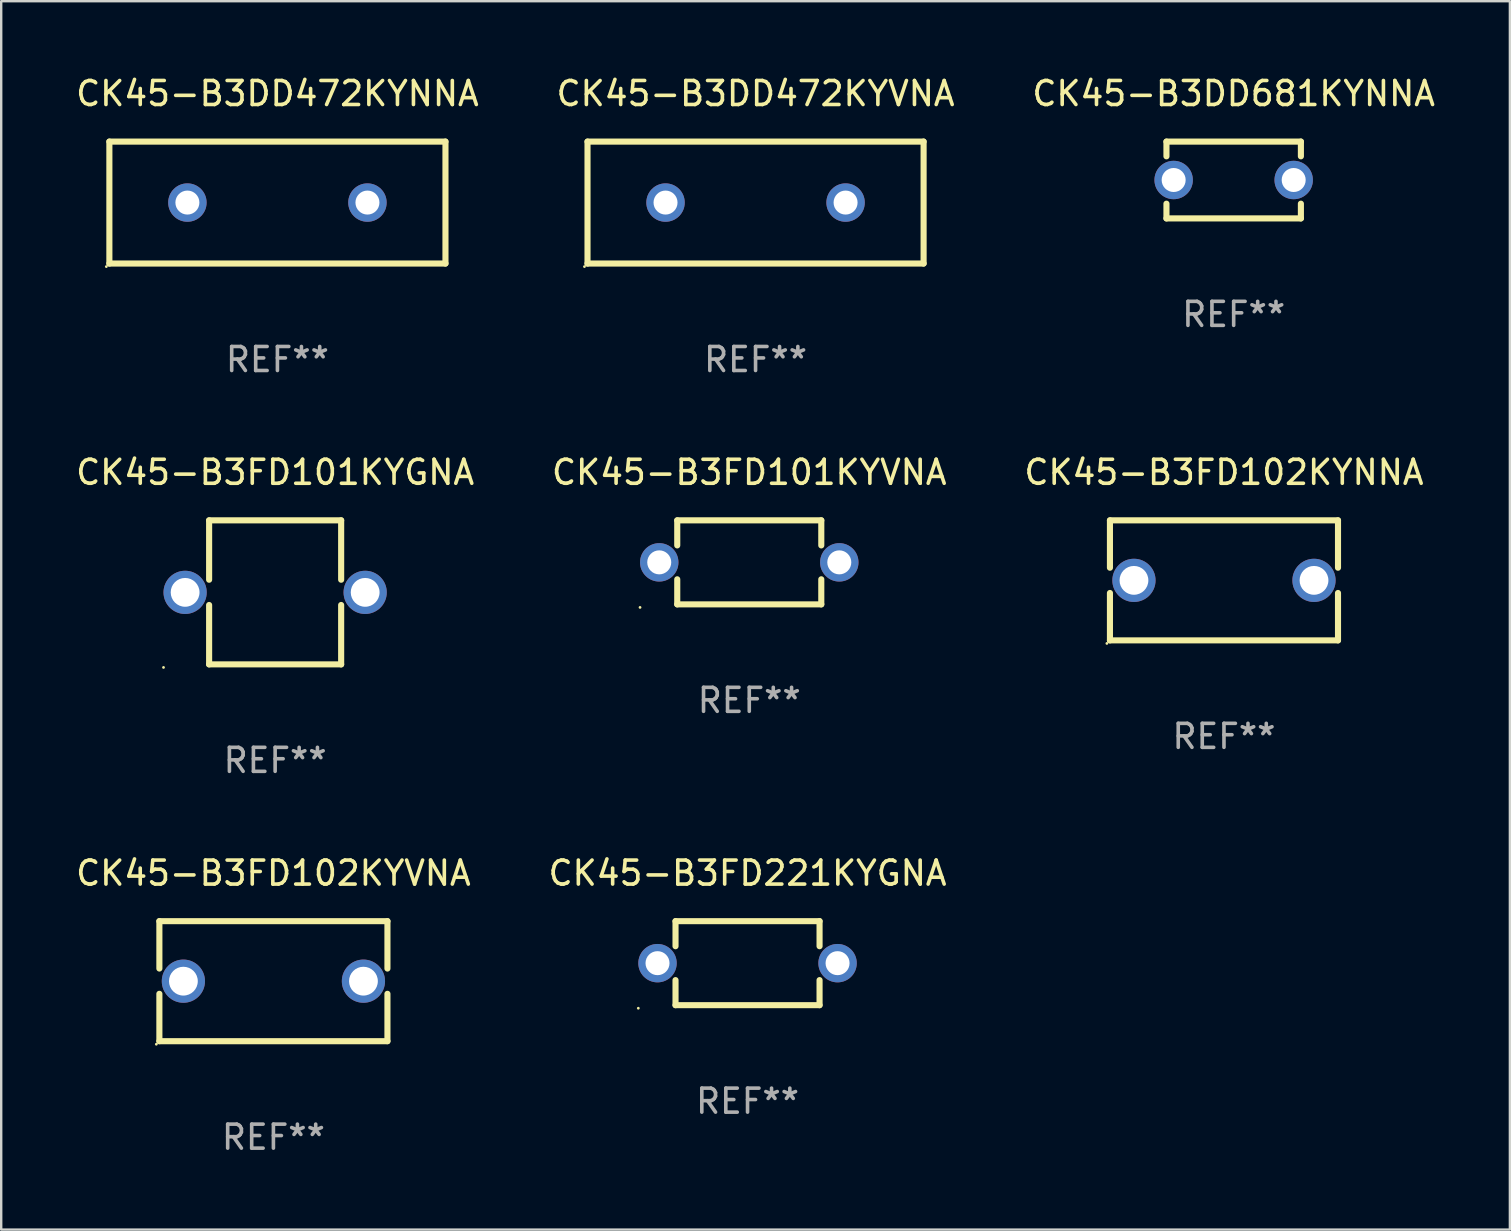
<source format=kicad_pcb>
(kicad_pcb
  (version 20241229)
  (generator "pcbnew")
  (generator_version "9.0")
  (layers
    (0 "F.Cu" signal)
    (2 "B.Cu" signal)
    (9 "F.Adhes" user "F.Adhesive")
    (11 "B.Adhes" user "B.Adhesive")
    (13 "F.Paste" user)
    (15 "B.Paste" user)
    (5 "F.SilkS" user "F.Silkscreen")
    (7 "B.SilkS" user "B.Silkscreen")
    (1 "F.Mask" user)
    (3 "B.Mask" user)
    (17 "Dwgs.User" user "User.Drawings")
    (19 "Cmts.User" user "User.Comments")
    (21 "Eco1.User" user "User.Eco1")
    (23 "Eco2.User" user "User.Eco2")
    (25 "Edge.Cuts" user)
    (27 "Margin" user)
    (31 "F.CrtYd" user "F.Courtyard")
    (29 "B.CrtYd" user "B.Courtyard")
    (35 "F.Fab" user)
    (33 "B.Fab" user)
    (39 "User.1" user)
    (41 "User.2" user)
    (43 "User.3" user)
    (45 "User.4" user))
  (footprint "CK45-B3DD472KYVNA"
    (layer "F.Cu")
    (at 28.423 5.388)
    (property "Reference" "CK45-B3DD472KYVNA" (at 0 -4.54 0) (layer "F.SilkS") (effects (font (size 1 1) (thickness 0.15))))
    (attr through_hole)
    (fp_line (start -7 -2.54) (end 7 -2.54) (stroke (width 0.254) (type solid)) (layer "F.SilkS"))
    (fp_line (start -7 2.54) (end -7 -2.54) (stroke (width 0.254) (type solid)) (layer "F.SilkS"))
    (fp_line (start 7 -2.54) (end 7 2.54) (stroke (width 0.254) (type solid)) (layer "F.SilkS"))
    (fp_line (start 7 2.54) (end -7 2.54) (stroke (width 0.254) (type solid)) (layer "F.SilkS"))
    (fp_circle (center -7.127 2.667) (end -7.097 2.667) (stroke (width 0.06) (type solid)) (fill no) (layer "F.SilkS"))
    (fp_text user "REF**" (at 0 6.54 0) (layer "F.Fab") (effects (font (size 1 1) (thickness 0.15))))
    (pad "1" thru_hole circle (at -3.75 0) (size 1.6 1.6) (drill 1) (layers "*.Cu" "*.Mask"))
    (pad "2" thru_hole circle (at 3.75 0) (size 1.6 1.6) (drill 1) (layers "*.Cu" "*.Mask")))
  (footprint "CK45-B3FD102KYVNA"
    (layer "F.Cu")
    (at 8.339 37.821)
    (property "Reference" "CK45-B3FD102KYVNA" (at 0 -4.5 0) (layer "F.SilkS") (effects (font (size 1 1) (thickness 0.15))))
    (attr through_hole)
    (fp_line (start -4.75 -2.5) (end -4.75 -0.526) (stroke (width 0.254) (type solid)) (layer "F.SilkS"))
    (fp_line (start -4.75 -2.5) (end 4.75 -2.5) (stroke (width 0.254) (type solid)) (layer "F.SilkS"))
    (fp_line (start -4.75 0.526) (end -4.75 2.5) (stroke (width 0.254) (type solid)) (layer "F.SilkS"))
    (fp_line (start 4.75 2.5) (end -4.75 2.5) (stroke (width 0.254) (type solid)) (layer "F.SilkS"))
    (fp_line (start 4.75 -2.5) (end 4.75 -0.526) (stroke (width 0.254) (type solid)) (layer "F.SilkS"))
    (fp_line (start 4.75 0.526) (end 4.75 2.5) (stroke (width 0.254) (type solid)) (layer "F.SilkS"))
    (fp_circle (center -4.877 2.627) (end -4.847 2.627) (stroke (width 0.06) (type solid)) (fill no) (layer "F.SilkS"))
    (fp_text user "REF**" (at 0 6.5 0) (layer "F.Fab") (effects (font (size 1 1) (thickness 0.15))))
    (pad "1" thru_hole circle (at -3.75 0) (size 1.8 1.8) (drill 1.2) (layers "*.Cu" "*.Mask"))
    (pad "2" thru_hole circle (at 3.75 0) (size 1.8 1.8) (drill 1.2) (layers "*.Cu" "*.Mask")))
  (footprint "CK45-B3DD472KYNNA"
    (layer "F.Cu")
    (at 8.506 5.388)
    (property "Reference" "CK45-B3DD472KYNNA" (at 0 -4.54 0) (layer "F.SilkS") (effects (font (size 1 1) (thickness 0.15))))
    (attr through_hole)
    (fp_line (start -7 -2.54) (end 7 -2.54) (stroke (width 0.254) (type solid)) (layer "F.SilkS"))
    (fp_line (start -7 2.54) (end -7 -2.54) (stroke (width 0.254) (type solid)) (layer "F.SilkS"))
    (fp_line (start 7 -2.54) (end 7 2.54) (stroke (width 0.254) (type solid)) (layer "F.SilkS"))
    (fp_line (start 7 2.54) (end -7 2.54) (stroke (width 0.254) (type solid)) (layer "F.SilkS"))
    (fp_circle (center -7.127 2.667) (end -7.097 2.667) (stroke (width 0.06) (type solid)) (fill no) (layer "F.SilkS"))
    (fp_text user "REF**" (at 0 6.54 0) (layer "F.Fab") (effects (font (size 1 1) (thickness 0.15))))
    (pad "1" thru_hole circle (at -3.75 0) (size 1.6 1.6) (drill 1) (layers "*.Cu" "*.Mask"))
    (pad "2" thru_hole circle (at 3.75 0) (size 1.6 1.6) (drill 1) (layers "*.Cu" "*.Mask")))
  (footprint "CK45-B3FD101KYVNA"
    (layer "F.Cu")
    (at 28.161 20.375)
    (property "Reference" "CK45-B3FD101KYVNA" (at 0 -3.75 0) (layer "F.SilkS") (effects (font (size 1 1) (thickness 0.15))))
    (attr through_hole)
    (fp_line (start -3 -1.75) (end -3 -0.706) (stroke (width 0.254) (type solid)) (layer "F.SilkS"))
    (fp_line (start -3 -1.75) (end 3 -1.75) (stroke (width 0.254) (type solid)) (layer "F.SilkS"))
    (fp_line (start -3 0.706) (end -3 1.75) (stroke (width 0.254) (type solid)) (layer "F.SilkS"))
    (fp_line (start 3 -1.75) (end 3 -0.706) (stroke (width 0.254) (type solid)) (layer "F.SilkS"))
    (fp_line (start 3 0.706) (end 3 1.75) (stroke (width 0.254) (type solid)) (layer "F.SilkS"))
    (fp_line (start 3 1.75) (end -3 1.75) (stroke (width 0.254) (type solid)) (layer "F.SilkS"))
    (fp_circle (center -4.55 1.877) (end -4.52 1.877) (stroke (width 0.06) (type solid)) (fill no) (layer "F.SilkS"))
    (fp_text user "REF**" (at 0 5.75 0) (layer "F.Fab") (effects (font (size 1 1) (thickness 0.15))))
    (pad "1" thru_hole circle (at -3.75 -0.000025) (size 1.6 1.6) (drill 1) (layers "*.Cu" "*.Mask"))
    (pad "2" thru_hole circle (at 3.75 -0.000025) (size 1.6 1.6) (drill 1) (layers "*.Cu" "*.Mask")))
  (footprint "CK45-B3FD102KYNNA"
    (layer "F.Cu")
    (at 47.935 21.125)
    (property "Reference" "CK45-B3FD102KYNNA" (at 0 -4.5 0) (layer "F.SilkS") (effects (font (size 1 1) (thickness 0.15))))
    (attr through_hole)
    (fp_line (start -4.75 -2.5) (end -4.75 -0.526) (stroke (width 0.254) (type solid)) (layer "F.SilkS"))
    (fp_line (start -4.75 -2.5) (end 4.75 -2.5) (stroke (width 0.254) (type solid)) (layer "F.SilkS"))
    (fp_line (start -4.75 0.526) (end -4.75 2.5) (stroke (width 0.254) (type solid)) (layer "F.SilkS"))
    (fp_line (start 4.75 2.5) (end -4.75 2.5) (stroke (width 0.254) (type solid)) (layer "F.SilkS"))
    (fp_line (start 4.75 -2.5) (end 4.75 -0.526) (stroke (width 0.254) (type solid)) (layer "F.SilkS"))
    (fp_line (start 4.75 0.526) (end 4.75 2.5) (stroke (width 0.254) (type solid)) (layer "F.SilkS"))
    (fp_circle (center -4.877 2.627) (end -4.847 2.627) (stroke (width 0.06) (type solid)) (fill no) (layer "F.SilkS"))
    (fp_text user "REF**" (at 0 6.5 0) (layer "F.Fab") (effects (font (size 1 1) (thickness 0.15))))
    (pad "1" thru_hole circle (at -3.75 0) (size 1.8 1.8) (drill 1.2) (layers "*.Cu" "*.Mask"))
    (pad "2" thru_hole circle (at 3.75 0) (size 1.8 1.8) (drill 1.2) (layers "*.Cu" "*.Mask")))
  (footprint "CK45-B3DD681KYNNA"
    (layer "F.Cu")
    (at 48.339 4.448)
    (property "Reference" "CK45-B3DD681KYNNA" (at 0 -3.6 0) (layer "F.SilkS") (effects (font (size 1 1) (thickness 0.15))))
    (attr through_hole)
    (fp_line (start -2.8 -1.6) (end 2.8 -1.6) (stroke (width 0.254) (type solid)) (layer "F.SilkS"))
    (fp_line (start -2.8 -0.986) (end -2.8 -1.6) (stroke (width 0.254) (type solid)) (layer "F.SilkS"))
    (fp_line (start -2.8 1.6) (end -2.8 0.986) (stroke (width 0.254) (type solid)) (layer "F.SilkS"))
    (fp_line (start 2.8 -1.6) (end 2.8 -0.986) (stroke (width 0.254) (type solid)) (layer "F.SilkS"))
    (fp_line (start 2.8 0.986) (end 2.8 1.6) (stroke (width 0.254) (type solid)) (layer "F.SilkS"))
    (fp_line (start 2.8 1.6) (end -2.8 1.6) (stroke (width 0.254) (type solid)) (layer "F.SilkS"))
    (fp_circle (center -2.8 1.6) (end -2.77 1.6) (stroke (width 0.06) (type solid)) (fill no) (layer "F.SilkS"))
    (fp_text user "REF**" (at 0 5.6 0) (layer "F.Fab") (effects (font (size 1 1) (thickness 0.15))))
    (pad "1" thru_hole circle (at -2.5 0) (size 1.6 1.6) (drill 1) (layers "*.Cu" "*.Mask"))
    (pad "2" thru_hole circle (at 2.5 0) (size 1.6 1.6) (drill 1) (layers "*.Cu" "*.Mask")))
  (footprint "CK45-B3FD101KYGNA"
    (layer "F.Cu")
    (at 8.411 21.625)
    (property "Reference" "CK45-B3FD101KYGNA" (at 0 -5 0) (layer "F.SilkS") (effects (font (size 1 1) (thickness 0.15))))
    (attr through_hole)
    (fp_line (start -2.75 -3) (end -2.75 -0.526) (stroke (width 0.254) (type solid)) (layer "F.SilkS"))
    (fp_line (start -2.75 -3) (end 2.75 -3) (stroke (width 0.254) (type solid)) (layer "F.SilkS"))
    (fp_line (start -2.75 0.526) (end -2.75 3) (stroke (width 0.254) (type solid)) (layer "F.SilkS"))
    (fp_line (start 2.75 -3) (end 2.75 -0.526) (stroke (width 0.254) (type solid)) (layer "F.SilkS"))
    (fp_line (start 2.75 0.526) (end 2.75 3) (stroke (width 0.254) (type solid)) (layer "F.SilkS"))
    (fp_line (start 2.75 3) (end -2.75 3) (stroke (width 0.254) (type solid)) (layer "F.SilkS"))
    (fp_circle (center -4.65 3.127) (end -4.62 3.127) (stroke (width 0.06) (type solid)) (fill no) (layer "F.SilkS"))
    (fp_text user "REF**" (at 0 7 0) (layer "F.Fab") (effects (font (size 1 1) (thickness 0.15))))
    (pad "1" thru_hole circle (at -3.75 0) (size 1.8 1.8) (drill 1.2) (layers "*.Cu" "*.Mask"))
    (pad "2" thru_hole circle (at 3.75 0) (size 1.8 1.8) (drill 1.2) (layers "*.Cu" "*.Mask")))
  (footprint "CK45-B3FD221KYGNA"
    (layer "F.Cu")
    (at 28.089 37.071)
    (property "Reference" "CK45-B3FD221KYGNA" (at 0 -3.75 0) (layer "F.SilkS") (effects (font (size 1 1) (thickness 0.15))))
    (attr through_hole)
    (fp_line (start -3 -1.75) (end -3 -0.706) (stroke (width 0.254) (type solid)) (layer "F.SilkS"))
    (fp_line (start -3 -1.75) (end 3 -1.75) (stroke (width 0.254) (type solid)) (layer "F.SilkS"))
    (fp_line (start -3 0.706) (end -3 1.75) (stroke (width 0.254) (type solid)) (layer "F.SilkS"))
    (fp_line (start 3 -1.75) (end 3 -0.706) (stroke (width 0.254) (type solid)) (layer "F.SilkS"))
    (fp_line (start 3 0.706) (end 3 1.75) (stroke (width 0.254) (type solid)) (layer "F.SilkS"))
    (fp_line (start 3 1.75) (end -3 1.75) (stroke (width 0.254) (type solid)) (layer "F.SilkS"))
    (fp_circle (center -4.55 1.877) (end -4.52 1.877) (stroke (width 0.06) (type solid)) (fill no) (layer "F.SilkS"))
    (fp_text user "REF**" (at 0 5.75 0) (layer "F.Fab") (effects (font (size 1 1) (thickness 0.15))))
    (pad "1" thru_hole circle (at -3.75 -0.000025) (size 1.6 1.6) (drill 1) (layers "*.Cu" "*.Mask"))
    (pad "2" thru_hole circle (at 3.75 -0.000025) (size 1.6 1.6) (drill 1) (layers "*.Cu" "*.Mask")))
  (gr_rect
    (start -3 -3)
    (end 59.845 48.17)
    (stroke (width 0.1) (type default))
    (fill no)
    (layer "Edge.Cuts")))
</source>
